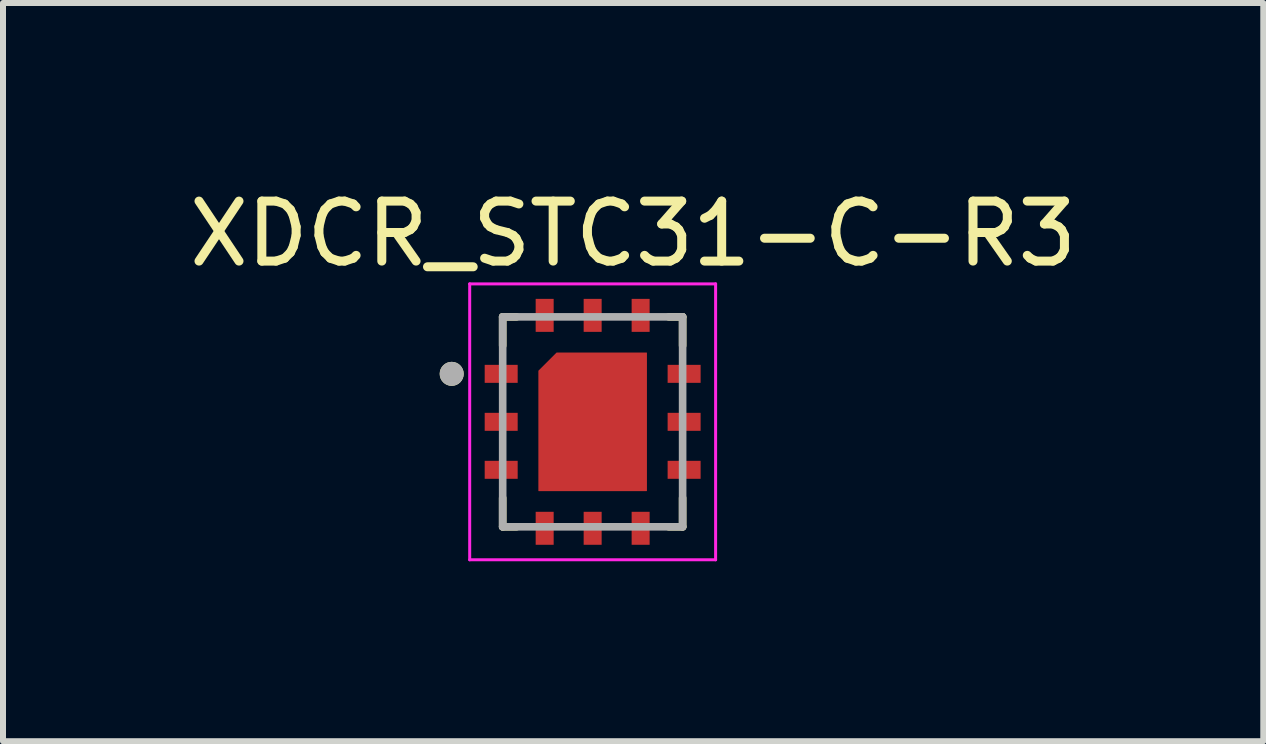
<source format=kicad_pcb>
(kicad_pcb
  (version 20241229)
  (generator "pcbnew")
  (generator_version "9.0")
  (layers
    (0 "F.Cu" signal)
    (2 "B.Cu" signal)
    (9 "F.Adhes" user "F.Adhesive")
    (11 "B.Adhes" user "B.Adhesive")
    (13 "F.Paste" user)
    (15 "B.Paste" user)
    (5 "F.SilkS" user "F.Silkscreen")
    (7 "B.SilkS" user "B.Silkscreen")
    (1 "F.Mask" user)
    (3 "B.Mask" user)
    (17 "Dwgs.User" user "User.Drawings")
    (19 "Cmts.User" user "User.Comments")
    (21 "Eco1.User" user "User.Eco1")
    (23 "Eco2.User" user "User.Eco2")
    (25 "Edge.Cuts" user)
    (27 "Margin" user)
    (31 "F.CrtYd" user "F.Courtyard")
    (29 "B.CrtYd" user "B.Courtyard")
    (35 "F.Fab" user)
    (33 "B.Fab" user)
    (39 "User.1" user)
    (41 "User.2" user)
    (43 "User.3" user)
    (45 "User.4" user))
  (footprint "XDCR_STC31-C-R3"
    (layer "F.Cu")
    (at 6.831 3.983)
    (property "Reference" "XDCR_STC31-C-R3" (at 0.675 -3.135 0) (layer "F.SilkS") (effects (font (size 1 1) (thickness 0.15))))
    (attr smd)
    (fp_poly (pts (xy -1 -0.891) (xy -1 1.25) (xy 1 1.25) (xy 1 -1.25) (xy -0.641 -1.25)) (stroke (width 0.01) (type solid)) (fill yes) (layer "F.Mask"))
    (fp_line (start -1.5 -1.75) (end -1.5 -1.27) (stroke (width 0.127) (type solid)) (layer "F.SilkS"))
    (fp_line (start -1.5 -1.75) (end -1.27 -1.75) (stroke (width 0.127) (type solid)) (layer "F.SilkS"))
    (fp_line (start -1.5 1.75) (end -1.5 1.27) (stroke (width 0.127) (type solid)) (layer "F.SilkS"))
    (fp_line (start -1.5 1.75) (end -1.27 1.75) (stroke (width 0.127) (type solid)) (layer "F.SilkS"))
    (fp_line (start 1.5 -1.75) (end 1.27 -1.75) (stroke (width 0.127) (type solid)) (layer "F.SilkS"))
    (fp_line (start 1.5 -1.75) (end 1.5 -1.27) (stroke (width 0.127) (type solid)) (layer "F.SilkS"))
    (fp_line (start 1.5 1.75) (end 1.27 1.75) (stroke (width 0.127) (type solid)) (layer "F.SilkS"))
    (fp_line (start 1.5 1.75) (end 1.5 1.27) (stroke (width 0.127) (type solid)) (layer "F.SilkS"))
    (fp_circle (center -2.35 -0.8) (end -2.25 -0.8) (stroke (width 0.2) (type solid)) (fill no) (layer "F.SilkS"))
    (fp_poly (pts (xy -0.57 -0.73) (xy 0.57 -0.73) (xy 0.57 0.73) (xy -0.57 0.73)) (stroke (width 0.01) (type solid)) (fill yes) (layer "F.Paste"))
    (fp_line (start -2.05 -2.3) (end 2.05 -2.3) (stroke (width 0.05) (type solid)) (layer "F.CrtYd"))
    (fp_line (start -2.05 2.3) (end -2.05 -2.3) (stroke (width 0.05) (type solid)) (layer "F.CrtYd"))
    (fp_line (start -2.05 2.3) (end 2.05 2.3) (stroke (width 0.05) (type solid)) (layer "F.CrtYd"))
    (fp_line (start 2.05 2.3) (end 2.05 -2.3) (stroke (width 0.05) (type solid)) (layer "F.CrtYd"))
    (fp_line (start -1.5 1.75) (end -1.5 -1.75) (stroke (width 0.127) (type solid)) (layer "F.Fab"))
    (fp_line (start 1.5 -1.75) (end -1.5 -1.75) (stroke (width 0.127) (type solid)) (layer "F.Fab"))
    (fp_line (start 1.5 1.75) (end -1.5 1.75) (stroke (width 0.127) (type solid)) (layer "F.Fab"))
    (fp_line (start 1.5 1.75) (end 1.5 -1.75) (stroke (width 0.127) (type solid)) (layer "F.Fab"))
    (fp_circle (center -2.35 -0.8) (end -2.25 -0.8) (stroke (width 0.2) (type solid)) (fill no) (layer "F.Fab"))
    (pad "1" smd rect (at -1.525 -0.8) (size 0.55 0.3) (layers "F.Cu" "F.Mask" "F.Paste"))
    (pad "2" smd rect (at -1.525 0) (size 0.55 0.3) (layers "F.Cu" "F.Mask" "F.Paste"))
    (pad "3" smd rect (at -1.525 0.8) (size 0.55 0.3) (layers "F.Cu" "F.Mask" "F.Paste"))
    (pad "4" smd rect (at -0.8 1.775) (size 0.3 0.55) (layers "F.Cu" "F.Mask" "F.Paste"))
    (pad "5" smd rect (at 0 1.775) (size 0.3 0.55) (layers "F.Cu" "F.Mask" "F.Paste"))
    (pad "6" smd rect (at 0.8 1.775) (size 0.3 0.55) (layers "F.Cu" "F.Mask" "F.Paste"))
    (pad "7" smd rect (at 1.525 0.8) (size 0.55 0.3) (layers "F.Cu" "F.Mask" "F.Paste"))
    (pad "8" smd rect (at 1.525 0) (size 0.55 0.3) (layers "F.Cu" "F.Mask" "F.Paste"))
    (pad "9" smd rect (at 1.525 -0.8) (size 0.55 0.3) (layers "F.Cu" "F.Mask" "F.Paste"))
    (pad "10" smd rect (at 0.8 -1.775) (size 0.3 0.55) (layers "F.Cu" "F.Mask" "F.Paste"))
    (pad "11" smd rect (at 0 -1.775) (size 0.3 0.55) (layers "F.Cu" "F.Mask" "F.Paste"))
    (pad "12" smd rect (at -0.8 -1.775) (size 0.3 0.55) (layers "F.Cu" "F.Mask" "F.Paste"))
    (pad "13" smd custom (at 0 0) (size 1 1) (layers "F.Cu") (options (anchor rect)) (primitives (gr_poly (pts (xy -0.9 -0.85) (xy -0.9 1.15) (xy 0.9 1.15) (xy 0.9 -1.15) (xy -0.6 -1.15)) (width 0.01) (fill yes)))))
  (gr_rect
    (start -3 -3)
    (end 18.012 9.308)
    (stroke (width 0.1) (type default))
    (fill no)
    (layer "Edge.Cuts")))
</source>
